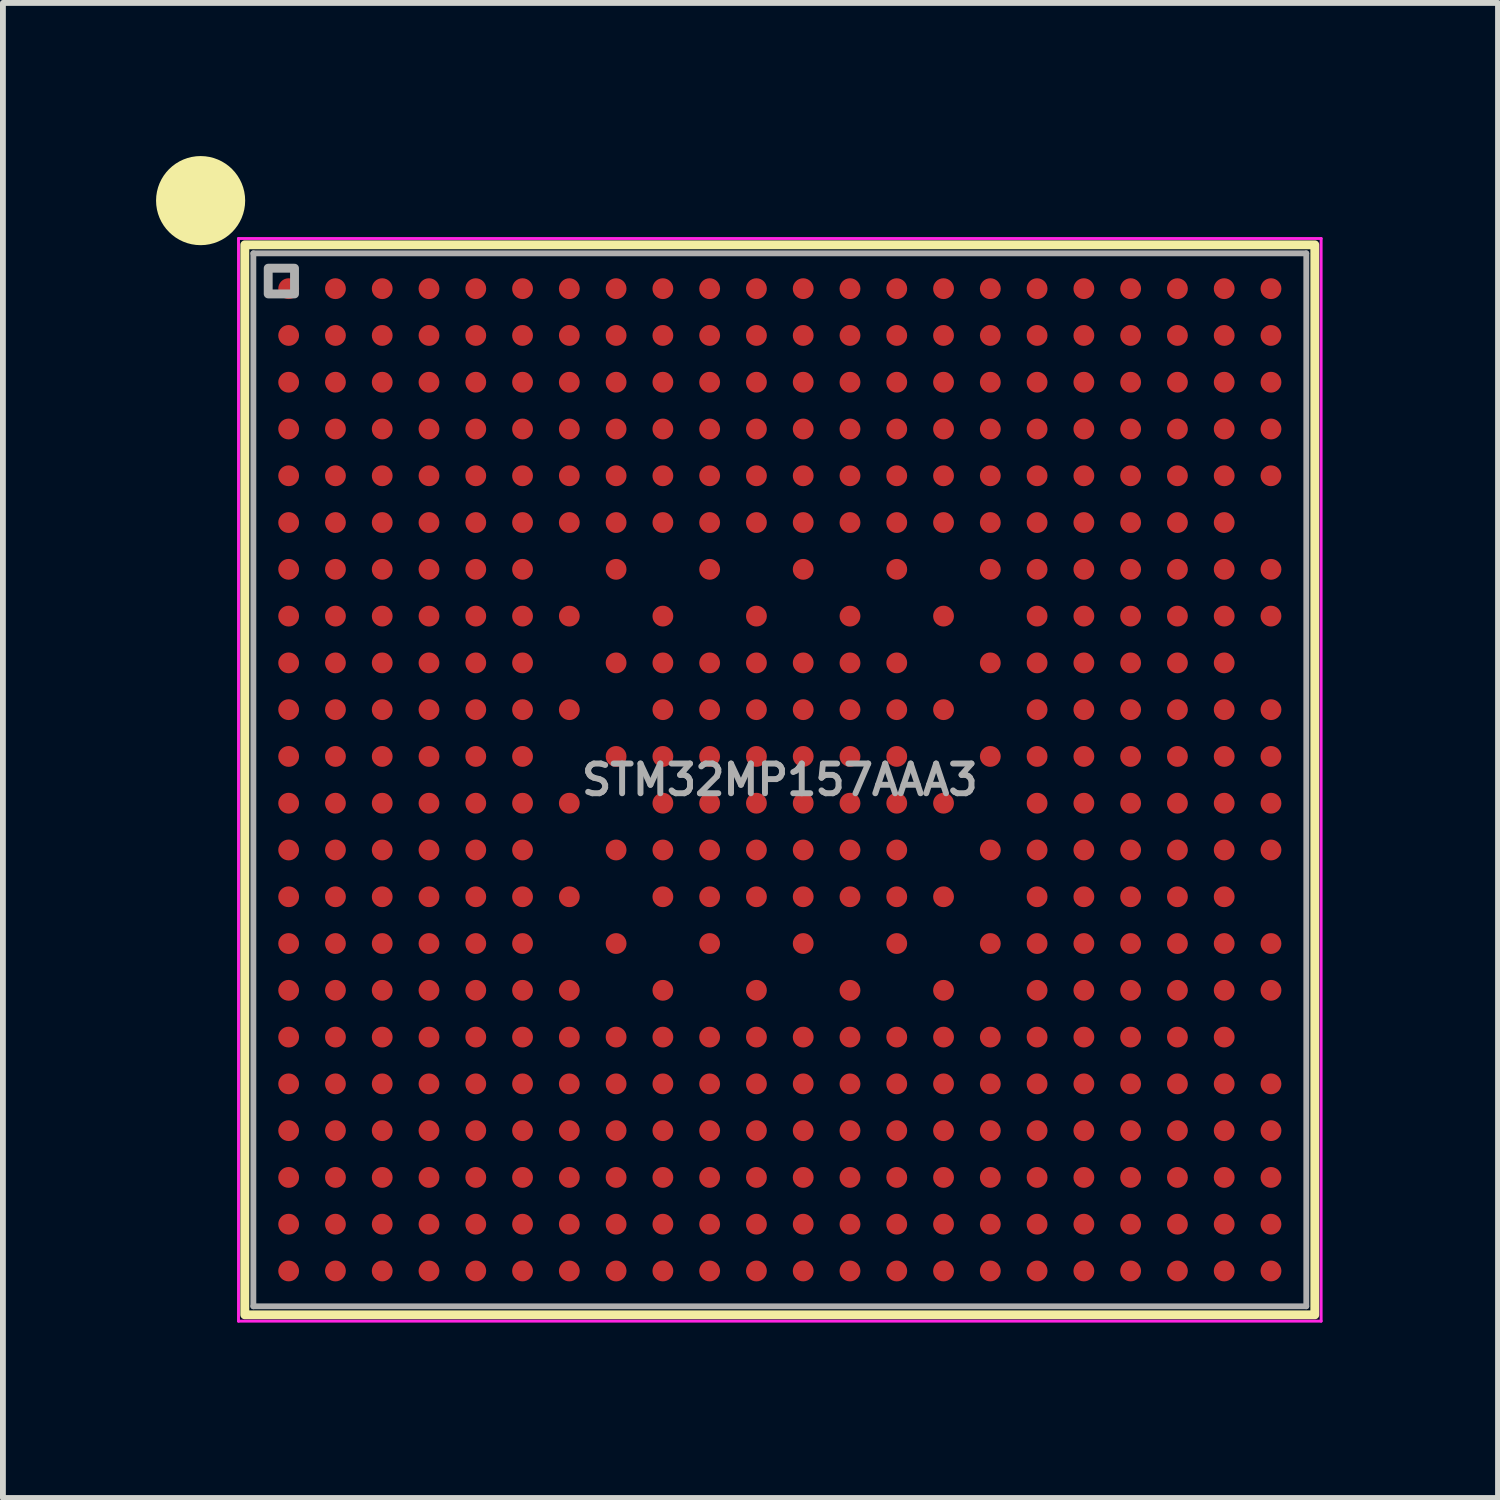
<source format=kicad_pcb>
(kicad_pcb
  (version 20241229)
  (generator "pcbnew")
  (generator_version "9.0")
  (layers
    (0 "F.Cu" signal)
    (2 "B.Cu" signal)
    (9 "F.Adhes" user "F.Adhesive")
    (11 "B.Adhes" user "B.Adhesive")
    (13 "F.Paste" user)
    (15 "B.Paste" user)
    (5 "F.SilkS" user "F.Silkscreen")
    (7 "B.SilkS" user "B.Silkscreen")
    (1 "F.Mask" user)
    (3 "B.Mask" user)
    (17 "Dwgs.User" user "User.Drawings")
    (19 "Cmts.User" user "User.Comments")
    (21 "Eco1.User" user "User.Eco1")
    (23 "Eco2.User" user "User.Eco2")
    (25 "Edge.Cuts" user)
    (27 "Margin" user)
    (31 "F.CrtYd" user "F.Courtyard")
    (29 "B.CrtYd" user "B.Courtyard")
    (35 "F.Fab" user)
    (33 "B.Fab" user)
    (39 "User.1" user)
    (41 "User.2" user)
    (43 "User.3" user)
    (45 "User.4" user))
  (footprint "STM32MP157AAA3"
    (layer "F.Cu")
    (at 10.287 10.287)
    (property "Reference" "STM32MP157AAA3" (at 0 0 0) (layer "F.Fab") (effects (font (size 0.508 0.508) (thickness 0.102))))
    (attr smd)
    (fp_rect (start -9.15 -9.15) (end 9.15 9.15) (stroke (width 0.152) (type solid)) (fill no) (layer "F.SilkS"))
    (fp_circle (center -9.906 -9.906) (end -9.906 -9.906) (stroke (width 0.762) (type solid)) (fill no) (layer "F.SilkS"))
    (fp_line (start -9.258 -9.258) (end 9.258 -9.258) (stroke (width 0.05) (type solid)) (layer "F.CrtYd"))
    (fp_line (start -9.258 9.258) (end -9.258 -9.258) (stroke (width 0.05) (type solid)) (layer "F.CrtYd"))
    (fp_line (start 9.258 -9.258) (end 9.258 9.258) (stroke (width 0.05) (type solid)) (layer "F.CrtYd"))
    (fp_line (start 9.258 9.258) (end -9.258 9.258) (stroke (width 0.05) (type solid)) (layer "F.CrtYd"))
    (fp_line (start -9.004 -9.004) (end -9.004 9.004) (stroke (width 0.1) (type solid)) (layer "F.Fab"))
    (fp_line (start -9.004 9.004) (end 9.004 9.004) (stroke (width 0.1) (type solid)) (layer "F.Fab"))
    (fp_line (start 9.004 -9.004) (end -9.004 -9.004) (stroke (width 0.1) (type solid)) (layer "F.Fab"))
    (fp_line (start 9.004 9.004) (end 9.004 -9.004) (stroke (width 0.1) (type solid)) (layer "F.Fab"))
    (fp_rect (start -8.75 -8.31) (end -8.3 -8.75) (stroke (width 0.152) (type solid)) (fill no) (layer "F.Fab"))
    (pad "A1" smd circle (at -8.4 -8.4) (size 0.356 0.356) (layers "F.Cu" "F.Mask" "F.Paste"))
    (pad "A2" smd circle (at -7.6 -8.4) (size 0.356 0.356) (layers "F.Cu" "F.Mask" "F.Paste"))
    (pad "A3" smd circle (at -6.8 -8.4) (size 0.356 0.356) (layers "F.Cu" "F.Mask" "F.Paste"))
    (pad "A4" smd circle (at -6 -8.4) (size 0.356 0.356) (layers "F.Cu" "F.Mask" "F.Paste"))
    (pad "A5" smd circle (at -5.2 -8.4) (size 0.356 0.356) (layers "F.Cu" "F.Mask" "F.Paste"))
    (pad "A6" smd circle (at -4.4 -8.4) (size 0.356 0.356) (layers "F.Cu" "F.Mask" "F.Paste"))
    (pad "A7" smd circle (at -3.6 -8.4) (size 0.356 0.356) (layers "F.Cu" "F.Mask" "F.Paste"))
    (pad "A8" smd circle (at -2.8 -8.4) (size 0.356 0.356) (layers "F.Cu" "F.Mask" "F.Paste"))
    (pad "A9" smd circle (at -2 -8.4) (size 0.356 0.356) (layers "F.Cu" "F.Mask" "F.Paste"))
    (pad "A10" smd circle (at -1.2 -8.4) (size 0.356 0.356) (layers "F.Cu" "F.Mask" "F.Paste"))
    (pad "A11" smd circle (at -0.4 -8.4) (size 0.356 0.356) (layers "F.Cu" "F.Mask" "F.Paste"))
    (pad "A12" smd circle (at 0.4 -8.4) (size 0.356 0.356) (layers "F.Cu" "F.Mask" "F.Paste"))
    (pad "A13" smd circle (at 1.2 -8.4) (size 0.356 0.356) (layers "F.Cu" "F.Mask" "F.Paste"))
    (pad "A14" smd circle (at 2 -8.4) (size 0.356 0.356) (layers "F.Cu" "F.Mask" "F.Paste"))
    (pad "A15" smd circle (at 2.8 -8.4) (size 0.356 0.356) (layers "F.Cu" "F.Mask" "F.Paste"))
    (pad "A16" smd circle (at 3.6 -8.4) (size 0.356 0.356) (layers "F.Cu" "F.Mask" "F.Paste"))
    (pad "A17" smd circle (at 4.4 -8.4) (size 0.356 0.356) (layers "F.Cu" "F.Mask" "F.Paste"))
    (pad "A18" smd circle (at 5.2 -8.4) (size 0.356 0.356) (layers "F.Cu" "F.Mask" "F.Paste"))
    (pad "A19" smd circle (at 6 -8.4) (size 0.356 0.356) (layers "F.Cu" "F.Mask" "F.Paste"))
    (pad "A20" smd circle (at 6.8 -8.4) (size 0.356 0.356) (layers "F.Cu" "F.Mask" "F.Paste"))
    (pad "A21" smd circle (at 7.6 -8.4) (size 0.356 0.356) (layers "F.Cu" "F.Mask" "F.Paste"))
    (pad "A22" smd circle (at 8.4 -8.4) (size 0.356 0.356) (layers "F.Cu" "F.Mask" "F.Paste"))
    (pad "AA1" smd circle (at -8.4 7.6) (size 0.356 0.356) (layers "F.Cu" "F.Mask" "F.Paste"))
    (pad "AA2" smd circle (at -7.6 7.6) (size 0.356 0.356) (layers "F.Cu" "F.Mask" "F.Paste"))
    (pad "AA3" smd circle (at -6.8 7.6) (size 0.356 0.356) (layers "F.Cu" "F.Mask" "F.Paste"))
    (pad "AA4" smd circle (at -6 7.6) (size 0.356 0.356) (layers "F.Cu" "F.Mask" "F.Paste"))
    (pad "AA5" smd circle (at -5.2 7.6) (size 0.356 0.356) (layers "F.Cu" "F.Mask" "F.Paste"))
    (pad "AA6" smd circle (at -4.4 7.6) (size 0.356 0.356) (layers "F.Cu" "F.Mask" "F.Paste"))
    (pad "AA7" smd circle (at -3.6 7.6) (size 0.356 0.356) (layers "F.Cu" "F.Mask" "F.Paste"))
    (pad "AA8" smd circle (at -2.8 7.6) (size 0.356 0.356) (layers "F.Cu" "F.Mask" "F.Paste"))
    (pad "AA9" smd circle (at -2 7.6) (size 0.356 0.356) (layers "F.Cu" "F.Mask" "F.Paste"))
    (pad "AA10" smd circle (at -1.2 7.6) (size 0.356 0.356) (layers "F.Cu" "F.Mask" "F.Paste"))
    (pad "AA11" smd circle (at -0.4 7.6) (size 0.356 0.356) (layers "F.Cu" "F.Mask" "F.Paste"))
    (pad "AA12" smd circle (at 0.4 7.6) (size 0.356 0.356) (layers "F.Cu" "F.Mask" "F.Paste"))
    (pad "AA13" smd circle (at 1.2 7.6) (size 0.356 0.356) (layers "F.Cu" "F.Mask" "F.Paste"))
    (pad "AA14" smd circle (at 2 7.6) (size 0.356 0.356) (layers "F.Cu" "F.Mask" "F.Paste"))
    (pad "AA15" smd circle (at 2.8 7.6) (size 0.356 0.356) (layers "F.Cu" "F.Mask" "F.Paste"))
    (pad "AA16" smd circle (at 3.6 7.6) (size 0.356 0.356) (layers "F.Cu" "F.Mask" "F.Paste"))
    (pad "AA17" smd circle (at 4.4 7.6) (size 0.356 0.356) (layers "F.Cu" "F.Mask" "F.Paste"))
    (pad "AA18" smd circle (at 5.2 7.6) (size 0.356 0.356) (layers "F.Cu" "F.Mask" "F.Paste"))
    (pad "AA19" smd circle (at 6 7.6) (size 0.356 0.356) (layers "F.Cu" "F.Mask" "F.Paste"))
    (pad "AA20" smd circle (at 6.8 7.6) (size 0.356 0.356) (layers "F.Cu" "F.Mask" "F.Paste"))
    (pad "AA21" smd circle (at 7.6 7.6) (size 0.356 0.356) (layers "F.Cu" "F.Mask" "F.Paste"))
    (pad "AA22" smd circle (at 8.4 7.6) (size 0.356 0.356) (layers "F.Cu" "F.Mask" "F.Paste"))
    (pad "AB1" smd circle (at -8.4 8.4) (size 0.356 0.356) (layers "F.Cu" "F.Mask" "F.Paste"))
    (pad "AB2" smd circle (at -7.6 8.4) (size 0.356 0.356) (layers "F.Cu" "F.Mask" "F.Paste"))
    (pad "AB3" smd circle (at -6.8 8.4) (size 0.356 0.356) (layers "F.Cu" "F.Mask" "F.Paste"))
    (pad "AB4" smd circle (at -6 8.4) (size 0.356 0.356) (layers "F.Cu" "F.Mask" "F.Paste"))
    (pad "AB5" smd circle (at -5.2 8.4) (size 0.356 0.356) (layers "F.Cu" "F.Mask" "F.Paste"))
    (pad "AB6" smd circle (at -4.4 8.4) (size 0.356 0.356) (layers "F.Cu" "F.Mask" "F.Paste"))
    (pad "AB7" smd circle (at -3.6 8.4) (size 0.356 0.356) (layers "F.Cu" "F.Mask" "F.Paste"))
    (pad "AB8" smd circle (at -2.8 8.4) (size 0.356 0.356) (layers "F.Cu" "F.Mask" "F.Paste"))
    (pad "AB9" smd circle (at -2 8.4) (size 0.356 0.356) (layers "F.Cu" "F.Mask" "F.Paste"))
    (pad "AB10" smd circle (at -1.2 8.4) (size 0.356 0.356) (layers "F.Cu" "F.Mask" "F.Paste"))
    (pad "AB11" smd circle (at -0.4 8.4) (size 0.356 0.356) (layers "F.Cu" "F.Mask" "F.Paste"))
    (pad "AB12" smd circle (at 0.4 8.4) (size 0.356 0.356) (layers "F.Cu" "F.Mask" "F.Paste"))
    (pad "AB13" smd circle (at 1.2 8.4) (size 0.356 0.356) (layers "F.Cu" "F.Mask" "F.Paste"))
    (pad "AB14" smd circle (at 2 8.4) (size 0.356 0.356) (layers "F.Cu" "F.Mask" "F.Paste"))
    (pad "AB15" smd circle (at 2.8 8.4) (size 0.356 0.356) (layers "F.Cu" "F.Mask" "F.Paste"))
    (pad "AB16" smd circle (at 3.6 8.4) (size 0.356 0.356) (layers "F.Cu" "F.Mask" "F.Paste"))
    (pad "AB17" smd circle (at 4.4 8.4) (size 0.356 0.356) (layers "F.Cu" "F.Mask" "F.Paste"))
    (pad "AB18" smd circle (at 5.2 8.4) (size 0.356 0.356) (layers "F.Cu" "F.Mask" "F.Paste"))
    (pad "AB19" smd circle (at 6 8.4) (size 0.356 0.356) (layers "F.Cu" "F.Mask" "F.Paste"))
    (pad "AB20" smd circle (at 6.8 8.4) (size 0.356 0.356) (layers "F.Cu" "F.Mask" "F.Paste"))
    (pad "AB21" smd circle (at 7.6 8.4) (size 0.356 0.356) (layers "F.Cu" "F.Mask" "F.Paste"))
    (pad "AB22" smd circle (at 8.4 8.4) (size 0.356 0.356) (layers "F.Cu" "F.Mask" "F.Paste"))
    (pad "B1" smd circle (at -8.4 -7.6) (size 0.356 0.356) (layers "F.Cu" "F.Mask" "F.Paste"))
    (pad "B2" smd circle (at -7.6 -7.6) (size 0.356 0.356) (layers "F.Cu" "F.Mask" "F.Paste"))
    (pad "B3" smd circle (at -6.8 -7.6) (size 0.356 0.356) (layers "F.Cu" "F.Mask" "F.Paste"))
    (pad "B4" smd circle (at -6 -7.6) (size 0.356 0.356) (layers "F.Cu" "F.Mask" "F.Paste"))
    (pad "B5" smd circle (at -5.2 -7.6) (size 0.356 0.356) (layers "F.Cu" "F.Mask" "F.Paste"))
    (pad "B6" smd circle (at -4.4 -7.6) (size 0.356 0.356) (layers "F.Cu" "F.Mask" "F.Paste"))
    (pad "B7" smd circle (at -3.6 -7.6) (size 0.356 0.356) (layers "F.Cu" "F.Mask" "F.Paste"))
    (pad "B8" smd circle (at -2.8 -7.6) (size 0.356 0.356) (layers "F.Cu" "F.Mask" "F.Paste"))
    (pad "B9" smd circle (at -2 -7.6) (size 0.356 0.356) (layers "F.Cu" "F.Mask" "F.Paste"))
    (pad "B10" smd circle (at -1.2 -7.6) (size 0.356 0.356) (layers "F.Cu" "F.Mask" "F.Paste"))
    (pad "B11" smd circle (at -0.4 -7.6) (size 0.356 0.356) (layers "F.Cu" "F.Mask" "F.Paste"))
    (pad "B12" smd circle (at 0.4 -7.6) (size 0.356 0.356) (layers "F.Cu" "F.Mask" "F.Paste"))
    (pad "B13" smd circle (at 1.2 -7.6) (size 0.356 0.356) (layers "F.Cu" "F.Mask" "F.Paste"))
    (pad "B14" smd circle (at 2 -7.6) (size 0.356 0.356) (layers "F.Cu" "F.Mask" "F.Paste"))
    (pad "B15" smd circle (at 2.8 -7.6) (size 0.356 0.356) (layers "F.Cu" "F.Mask" "F.Paste"))
    (pad "B16" smd circle (at 3.6 -7.6) (size 0.356 0.356) (layers "F.Cu" "F.Mask" "F.Paste"))
    (pad "B17" smd circle (at 4.4 -7.6) (size 0.356 0.356) (layers "F.Cu" "F.Mask" "F.Paste"))
    (pad "B18" smd circle (at 5.2 -7.6) (size 0.356 0.356) (layers "F.Cu" "F.Mask" "F.Paste"))
    (pad "B19" smd circle (at 6 -7.6) (size 0.356 0.356) (layers "F.Cu" "F.Mask" "F.Paste"))
    (pad "B20" smd circle (at 6.8 -7.6) (size 0.356 0.356) (layers "F.Cu" "F.Mask" "F.Paste"))
    (pad "B21" smd circle (at 7.6 -7.6) (size 0.356 0.356) (layers "F.Cu" "F.Mask" "F.Paste"))
    (pad "B22" smd circle (at 8.4 -7.6) (size 0.356 0.356) (layers "F.Cu" "F.Mask" "F.Paste"))
    (pad "C1" smd circle (at -8.4 -6.8) (size 0.356 0.356) (layers "F.Cu" "F.Mask" "F.Paste"))
    (pad "C2" smd circle (at -7.6 -6.8) (size 0.356 0.356) (layers "F.Cu" "F.Mask" "F.Paste"))
    (pad "C3" smd circle (at -6.8 -6.8) (size 0.356 0.356) (layers "F.Cu" "F.Mask" "F.Paste"))
    (pad "C4" smd circle (at -6 -6.8) (size 0.356 0.356) (layers "F.Cu" "F.Mask" "F.Paste"))
    (pad "C5" smd circle (at -5.2 -6.8) (size 0.356 0.356) (layers "F.Cu" "F.Mask" "F.Paste"))
    (pad "C6" smd circle (at -4.4 -6.8) (size 0.356 0.356) (layers "F.Cu" "F.Mask" "F.Paste"))
    (pad "C7" smd circle (at -3.6 -6.8) (size 0.356 0.356) (layers "F.Cu" "F.Mask" "F.Paste"))
    (pad "C8" smd circle (at -2.8 -6.8) (size 0.356 0.356) (layers "F.Cu" "F.Mask" "F.Paste"))
    (pad "C9" smd circle (at -2 -6.8) (size 0.356 0.356) (layers "F.Cu" "F.Mask" "F.Paste"))
    (pad "C10" smd circle (at -1.2 -6.8) (size 0.356 0.356) (layers "F.Cu" "F.Mask" "F.Paste"))
    (pad "C11" smd circle (at -0.4 -6.8) (size 0.356 0.356) (layers "F.Cu" "F.Mask" "F.Paste"))
    (pad "C12" smd circle (at 0.4 -6.8) (size 0.356 0.356) (layers "F.Cu" "F.Mask" "F.Paste"))
    (pad "C13" smd circle (at 1.2 -6.8) (size 0.356 0.356) (layers "F.Cu" "F.Mask" "F.Paste"))
    (pad "C14" smd circle (at 2 -6.8) (size 0.356 0.356) (layers "F.Cu" "F.Mask" "F.Paste"))
    (pad "C15" smd circle (at 2.8 -6.8) (size 0.356 0.356) (layers "F.Cu" "F.Mask" "F.Paste"))
    (pad "C16" smd circle (at 3.6 -6.8) (size 0.356 0.356) (layers "F.Cu" "F.Mask" "F.Paste"))
    (pad "C17" smd circle (at 4.4 -6.8) (size 0.356 0.356) (layers "F.Cu" "F.Mask" "F.Paste"))
    (pad "C18" smd circle (at 5.2 -6.8) (size 0.356 0.356) (layers "F.Cu" "F.Mask" "F.Paste"))
    (pad "C19" smd circle (at 6 -6.8) (size 0.356 0.356) (layers "F.Cu" "F.Mask" "F.Paste"))
    (pad "C20" smd circle (at 6.8 -6.8) (size 0.356 0.356) (layers "F.Cu" "F.Mask" "F.Paste"))
    (pad "C21" smd circle (at 7.6 -6.8) (size 0.356 0.356) (layers "F.Cu" "F.Mask" "F.Paste"))
    (pad "C22" smd circle (at 8.4 -6.8) (size 0.356 0.356) (layers "F.Cu" "F.Mask" "F.Paste"))
    (pad "D1" smd circle (at -8.4 -6) (size 0.356 0.356) (layers "F.Cu" "F.Mask" "F.Paste"))
    (pad "D2" smd circle (at -7.6 -6) (size 0.356 0.356) (layers "F.Cu" "F.Mask" "F.Paste"))
    (pad "D3" smd circle (at -6.8 -6) (size 0.356 0.356) (layers "F.Cu" "F.Mask" "F.Paste"))
    (pad "D4" smd circle (at -6 -6) (size 0.356 0.356) (layers "F.Cu" "F.Mask" "F.Paste"))
    (pad "D5" smd circle (at -5.2 -6) (size 0.356 0.356) (layers "F.Cu" "F.Mask" "F.Paste"))
    (pad "D6" smd circle (at -4.4 -6) (size 0.356 0.356) (layers "F.Cu" "F.Mask" "F.Paste"))
    (pad "D7" smd circle (at -3.6 -6) (size 0.356 0.356) (layers "F.Cu" "F.Mask" "F.Paste"))
    (pad "D8" smd circle (at -2.8 -6) (size 0.356 0.356) (layers "F.Cu" "F.Mask" "F.Paste"))
    (pad "D9" smd circle (at -2 -6) (size 0.356 0.356) (layers "F.Cu" "F.Mask" "F.Paste"))
    (pad "D10" smd circle (at -1.2 -6) (size 0.356 0.356) (layers "F.Cu" "F.Mask" "F.Paste"))
    (pad "D11" smd circle (at -0.4 -6) (size 0.356 0.356) (layers "F.Cu" "F.Mask" "F.Paste"))
    (pad "D12" smd circle (at 0.4 -6) (size 0.356 0.356) (layers "F.Cu" "F.Mask" "F.Paste"))
    (pad "D13" smd circle (at 1.2 -6) (size 0.356 0.356) (layers "F.Cu" "F.Mask" "F.Paste"))
    (pad "D14" smd circle (at 2 -6) (size 0.356 0.356) (layers "F.Cu" "F.Mask" "F.Paste"))
    (pad "D15" smd circle (at 2.8 -6) (size 0.356 0.356) (layers "F.Cu" "F.Mask" "F.Paste"))
    (pad "D16" smd circle (at 3.6 -6) (size 0.356 0.356) (layers "F.Cu" "F.Mask" "F.Paste"))
    (pad "D17" smd circle (at 4.4 -6) (size 0.356 0.356) (layers "F.Cu" "F.Mask" "F.Paste"))
    (pad "D18" smd circle (at 5.2 -6) (size 0.356 0.356) (layers "F.Cu" "F.Mask" "F.Paste"))
    (pad "D19" smd circle (at 6 -6) (size 0.356 0.356) (layers "F.Cu" "F.Mask" "F.Paste"))
    (pad "D20" smd circle (at 6.8 -6) (size 0.356 0.356) (layers "F.Cu" "F.Mask" "F.Paste"))
    (pad "D21" smd circle (at 7.6 -6) (size 0.356 0.356) (layers "F.Cu" "F.Mask" "F.Paste"))
    (pad "D22" smd circle (at 8.4 -6) (size 0.356 0.356) (layers "F.Cu" "F.Mask" "F.Paste"))
    (pad "E1" smd circle (at -8.4 -5.2) (size 0.356 0.356) (layers "F.Cu" "F.Mask" "F.Paste"))
    (pad "E2" smd circle (at -7.6 -5.2) (size 0.356 0.356) (layers "F.Cu" "F.Mask" "F.Paste"))
    (pad "E3" smd circle (at -6.8 -5.2) (size 0.356 0.356) (layers "F.Cu" "F.Mask" "F.Paste"))
    (pad "E4" smd circle (at -6 -5.2) (size 0.356 0.356) (layers "F.Cu" "F.Mask" "F.Paste"))
    (pad "E5" smd circle (at -5.2 -5.2) (size 0.356 0.356) (layers "F.Cu" "F.Mask" "F.Paste"))
    (pad "E6" smd circle (at -4.4 -5.2) (size 0.356 0.356) (layers "F.Cu" "F.Mask" "F.Paste"))
    (pad "E7" smd circle (at -3.6 -5.2) (size 0.356 0.356) (layers "F.Cu" "F.Mask" "F.Paste"))
    (pad "E8" smd circle (at -2.8 -5.2) (size 0.356 0.356) (layers "F.Cu" "F.Mask" "F.Paste"))
    (pad "E9" smd circle (at -2 -5.2) (size 0.356 0.356) (layers "F.Cu" "F.Mask" "F.Paste"))
    (pad "E10" smd circle (at -1.2 -5.2) (size 0.356 0.356) (layers "F.Cu" "F.Mask" "F.Paste"))
    (pad "E11" smd circle (at -0.4 -5.2) (size 0.356 0.356) (layers "F.Cu" "F.Mask" "F.Paste"))
    (pad "E12" smd circle (at 0.4 -5.2) (size 0.356 0.356) (layers "F.Cu" "F.Mask" "F.Paste"))
    (pad "E13" smd circle (at 1.2 -5.2) (size 0.356 0.356) (layers "F.Cu" "F.Mask" "F.Paste"))
    (pad "E14" smd circle (at 2 -5.2) (size 0.356 0.356) (layers "F.Cu" "F.Mask" "F.Paste"))
    (pad "E15" smd circle (at 2.8 -5.2) (size 0.356 0.356) (layers "F.Cu" "F.Mask" "F.Paste"))
    (pad "E16" smd circle (at 3.6 -5.2) (size 0.356 0.356) (layers "F.Cu" "F.Mask" "F.Paste"))
    (pad "E17" smd circle (at 4.4 -5.2) (size 0.356 0.356) (layers "F.Cu" "F.Mask" "F.Paste"))
    (pad "E18" smd circle (at 5.2 -5.2) (size 0.356 0.356) (layers "F.Cu" "F.Mask" "F.Paste"))
    (pad "E19" smd circle (at 6 -5.2) (size 0.356 0.356) (layers "F.Cu" "F.Mask" "F.Paste"))
    (pad "E20" smd circle (at 6.8 -5.2) (size 0.356 0.356) (layers "F.Cu" "F.Mask" "F.Paste"))
    (pad "E21" smd circle (at 7.6 -5.2) (size 0.356 0.356) (layers "F.Cu" "F.Mask" "F.Paste"))
    (pad "E22" smd circle (at 8.4 -5.2) (size 0.356 0.356) (layers "F.Cu" "F.Mask" "F.Paste"))
    (pad "F1" smd circle (at -8.4 -4.4) (size 0.356 0.356) (layers "F.Cu" "F.Mask" "F.Paste"))
    (pad "F2" smd circle (at -7.6 -4.4) (size 0.356 0.356) (layers "F.Cu" "F.Mask" "F.Paste"))
    (pad "F3" smd circle (at -6.8 -4.4) (size 0.356 0.356) (layers "F.Cu" "F.Mask" "F.Paste"))
    (pad "F4" smd circle (at -6 -4.4) (size 0.356 0.356) (layers "F.Cu" "F.Mask" "F.Paste"))
    (pad "F5" smd circle (at -5.2 -4.4) (size 0.356 0.356) (layers "F.Cu" "F.Mask" "F.Paste"))
    (pad "F6" smd circle (at -4.4 -4.4) (size 0.356 0.356) (layers "F.Cu" "F.Mask" "F.Paste"))
    (pad "F7" smd circle (at -3.6 -4.4) (size 0.356 0.356) (layers "F.Cu" "F.Mask" "F.Paste"))
    (pad "F8" smd circle (at -2.8 -4.4) (size 0.356 0.356) (layers "F.Cu" "F.Mask" "F.Paste"))
    (pad "F9" smd circle (at -2 -4.4) (size 0.356 0.356) (layers "F.Cu" "F.Mask" "F.Paste"))
    (pad "F10" smd circle (at -1.2 -4.4) (size 0.356 0.356) (layers "F.Cu" "F.Mask" "F.Paste"))
    (pad "F11" smd circle (at -0.4 -4.4) (size 0.356 0.356) (layers "F.Cu" "F.Mask" "F.Paste"))
    (pad "F12" smd circle (at 0.4 -4.4) (size 0.356 0.356) (layers "F.Cu" "F.Mask" "F.Paste"))
    (pad "F13" smd circle (at 1.2 -4.4) (size 0.356 0.356) (layers "F.Cu" "F.Mask" "F.Paste"))
    (pad "F14" smd circle (at 2 -4.4) (size 0.356 0.356) (layers "F.Cu" "F.Mask" "F.Paste"))
    (pad "F15" smd circle (at 2.8 -4.4) (size 0.356 0.356) (layers "F.Cu" "F.Mask" "F.Paste"))
    (pad "F16" smd circle (at 3.6 -4.4) (size 0.356 0.356) (layers "F.Cu" "F.Mask" "F.Paste"))
    (pad "F17" smd circle (at 4.4 -4.4) (size 0.356 0.356) (layers "F.Cu" "F.Mask" "F.Paste"))
    (pad "F18" smd circle (at 5.2 -4.4) (size 0.356 0.356) (layers "F.Cu" "F.Mask" "F.Paste"))
    (pad "F19" smd circle (at 6 -4.4) (size 0.356 0.356) (layers "F.Cu" "F.Mask" "F.Paste"))
    (pad "F20" smd circle (at 6.8 -4.4) (size 0.356 0.356) (layers "F.Cu" "F.Mask" "F.Paste"))
    (pad "F21" smd circle (at 7.6 -4.4) (size 0.356 0.356) (layers "F.Cu" "F.Mask" "F.Paste"))
    (pad "G1" smd circle (at -8.4 -3.6) (size 0.356 0.356) (layers "F.Cu" "F.Mask" "F.Paste"))
    (pad "G2" smd circle (at -7.6 -3.6) (size 0.356 0.356) (layers "F.Cu" "F.Mask" "F.Paste"))
    (pad "G3" smd circle (at -6.8 -3.6) (size 0.356 0.356) (layers "F.Cu" "F.Mask" "F.Paste"))
    (pad "G4" smd circle (at -6 -3.6) (size 0.356 0.356) (layers "F.Cu" "F.Mask" "F.Paste"))
    (pad "G5" smd circle (at -5.2 -3.6) (size 0.356 0.356) (layers "F.Cu" "F.Mask" "F.Paste"))
    (pad "G6" smd circle (at -4.4 -3.6) (size 0.356 0.356) (layers "F.Cu" "F.Mask" "F.Paste"))
    (pad "G8" smd circle (at -2.8 -3.6) (size 0.356 0.356) (layers "F.Cu" "F.Mask" "F.Paste"))
    (pad "G10" smd circle (at -1.2 -3.6) (size 0.356 0.356) (layers "F.Cu" "F.Mask" "F.Paste"))
    (pad "G12" smd circle (at 0.4 -3.6) (size 0.356 0.356) (layers "F.Cu" "F.Mask" "F.Paste"))
    (pad "G14" smd circle (at 2 -3.6) (size 0.356 0.356) (layers "F.Cu" "F.Mask" "F.Paste"))
    (pad "G16" smd circle (at 3.6 -3.6) (size 0.356 0.356) (layers "F.Cu" "F.Mask" "F.Paste"))
    (pad "G17" smd circle (at 4.4 -3.6) (size 0.356 0.356) (layers "F.Cu" "F.Mask" "F.Paste"))
    (pad "G18" smd circle (at 5.2 -3.6) (size 0.356 0.356) (layers "F.Cu" "F.Mask" "F.Paste"))
    (pad "G19" smd circle (at 6 -3.6) (size 0.356 0.356) (layers "F.Cu" "F.Mask" "F.Paste"))
    (pad "G20" smd circle (at 6.8 -3.6) (size 0.356 0.356) (layers "F.Cu" "F.Mask" "F.Paste"))
    (pad "G21" smd circle (at 7.6 -3.6) (size 0.356 0.356) (layers "F.Cu" "F.Mask" "F.Paste"))
    (pad "G22" smd circle (at 8.4 -3.6) (size 0.356 0.356) (layers "F.Cu" "F.Mask" "F.Paste"))
    (pad "H1" smd circle (at -8.4 -2.8) (size 0.356 0.356) (layers "F.Cu" "F.Mask" "F.Paste"))
    (pad "H2" smd circle (at -7.6 -2.8) (size 0.356 0.356) (layers "F.Cu" "F.Mask" "F.Paste"))
    (pad "H3" smd circle (at -6.8 -2.8) (size 0.356 0.356) (layers "F.Cu" "F.Mask" "F.Paste"))
    (pad "H4" smd circle (at -6 -2.8) (size 0.356 0.356) (layers "F.Cu" "F.Mask" "F.Paste"))
    (pad "H5" smd circle (at -5.2 -2.8) (size 0.356 0.356) (layers "F.Cu" "F.Mask" "F.Paste"))
    (pad "H6" smd circle (at -4.4 -2.8) (size 0.356 0.356) (layers "F.Cu" "F.Mask" "F.Paste"))
    (pad "H7" smd circle (at -3.6 -2.8) (size 0.356 0.356) (layers "F.Cu" "F.Mask" "F.Paste"))
    (pad "H9" smd circle (at -2 -2.8) (size 0.356 0.356) (layers "F.Cu" "F.Mask" "F.Paste"))
    (pad "H11" smd circle (at -0.4 -2.8) (size 0.356 0.356) (layers "F.Cu" "F.Mask" "F.Paste"))
    (pad "H13" smd circle (at 1.2 -2.8) (size 0.356 0.356) (layers "F.Cu" "F.Mask" "F.Paste"))
    (pad "H15" smd circle (at 2.8 -2.8) (size 0.356 0.356) (layers "F.Cu" "F.Mask" "F.Paste"))
    (pad "H17" smd circle (at 4.4 -2.8) (size 0.356 0.356) (layers "F.Cu" "F.Mask" "F.Paste"))
    (pad "H18" smd circle (at 5.2 -2.8) (size 0.356 0.356) (layers "F.Cu" "F.Mask" "F.Paste"))
    (pad "H19" smd circle (at 6 -2.8) (size 0.356 0.356) (layers "F.Cu" "F.Mask" "F.Paste"))
    (pad "H20" smd circle (at 6.8 -2.8) (size 0.356 0.356) (layers "F.Cu" "F.Mask" "F.Paste"))
    (pad "H21" smd circle (at 7.6 -2.8) (size 0.356 0.356) (layers "F.Cu" "F.Mask" "F.Paste"))
    (pad "H22" smd circle (at 8.4 -2.8) (size 0.356 0.356) (layers "F.Cu" "F.Mask" "F.Paste"))
    (pad "J1" smd circle (at -8.4 -2) (size 0.356 0.356) (layers "F.Cu" "F.Mask" "F.Paste"))
    (pad "J2" smd circle (at -7.6 -2) (size 0.356 0.356) (layers "F.Cu" "F.Mask" "F.Paste"))
    (pad "J3" smd circle (at -6.8 -2) (size 0.356 0.356) (layers "F.Cu" "F.Mask" "F.Paste"))
    (pad "J4" smd circle (at -6 -2) (size 0.356 0.356) (layers "F.Cu" "F.Mask" "F.Paste"))
    (pad "J5" smd circle (at -5.2 -2) (size 0.356 0.356) (layers "F.Cu" "F.Mask" "F.Paste"))
    (pad "J6" smd circle (at -4.4 -2) (size 0.356 0.356) (layers "F.Cu" "F.Mask" "F.Paste"))
    (pad "J8" smd circle (at -2.8 -2) (size 0.356 0.356) (layers "F.Cu" "F.Mask" "F.Paste"))
    (pad "J9" smd circle (at -2 -2) (size 0.356 0.356) (layers "F.Cu" "F.Mask" "F.Paste"))
    (pad "J10" smd circle (at -1.2 -2) (size 0.356 0.356) (layers "F.Cu" "F.Mask" "F.Paste"))
    (pad "J11" smd circle (at -0.4 -2) (size 0.356 0.356) (layers "F.Cu" "F.Mask" "F.Paste"))
    (pad "J12" smd circle (at 0.4 -2) (size 0.356 0.356) (layers "F.Cu" "F.Mask" "F.Paste"))
    (pad "J13" smd circle (at 1.2 -2) (size 0.356 0.356) (layers "F.Cu" "F.Mask" "F.Paste"))
    (pad "J14" smd circle (at 2 -2) (size 0.356 0.356) (layers "F.Cu" "F.Mask" "F.Paste"))
    (pad "J16" smd circle (at 3.6 -2) (size 0.356 0.356) (layers "F.Cu" "F.Mask" "F.Paste"))
    (pad "J17" smd circle (at 4.4 -2) (size 0.356 0.356) (layers "F.Cu" "F.Mask" "F.Paste"))
    (pad "J18" smd circle (at 5.2 -2) (size 0.356 0.356) (layers "F.Cu" "F.Mask" "F.Paste"))
    (pad "J19" smd circle (at 6 -2) (size 0.356 0.356) (layers "F.Cu" "F.Mask" "F.Paste"))
    (pad "J20" smd circle (at 6.8 -2) (size 0.356 0.356) (layers "F.Cu" "F.Mask" "F.Paste"))
    (pad "J21" smd circle (at 7.6 -2) (size 0.356 0.356) (layers "F.Cu" "F.Mask" "F.Paste"))
    (pad "K1" smd circle (at -8.4 -1.2) (size 0.356 0.356) (layers "F.Cu" "F.Mask" "F.Paste"))
    (pad "K2" smd circle (at -7.6 -1.2) (size 0.356 0.356) (layers "F.Cu" "F.Mask" "F.Paste"))
    (pad "K3" smd circle (at -6.8 -1.2) (size 0.356 0.356) (layers "F.Cu" "F.Mask" "F.Paste"))
    (pad "K4" smd circle (at -6 -1.2) (size 0.356 0.356) (layers "F.Cu" "F.Mask" "F.Paste"))
    (pad "K5" smd circle (at -5.2 -1.2) (size 0.356 0.356) (layers "F.Cu" "F.Mask" "F.Paste"))
    (pad "K6" smd circle (at -4.4 -1.2) (size 0.356 0.356) (layers "F.Cu" "F.Mask" "F.Paste"))
    (pad "K7" smd circle (at -3.6 -1.2) (size 0.356 0.356) (layers "F.Cu" "F.Mask" "F.Paste"))
    (pad "K9" smd circle (at -2 -1.2) (size 0.356 0.356) (layers "F.Cu" "F.Mask" "F.Paste"))
    (pad "K10" smd circle (at -1.2 -1.2) (size 0.356 0.356) (layers "F.Cu" "F.Mask" "F.Paste"))
    (pad "K11" smd circle (at -0.4 -1.2) (size 0.356 0.356) (layers "F.Cu" "F.Mask" "F.Paste"))
    (pad "K12" smd circle (at 0.4 -1.2) (size 0.356 0.356) (layers "F.Cu" "F.Mask" "F.Paste"))
    (pad "K13" smd circle (at 1.2 -1.2) (size 0.356 0.356) (layers "F.Cu" "F.Mask" "F.Paste"))
    (pad "K14" smd circle (at 2 -1.2) (size 0.356 0.356) (layers "F.Cu" "F.Mask" "F.Paste"))
    (pad "K15" smd circle (at 2.8 -1.2) (size 0.356 0.356) (layers "F.Cu" "F.Mask" "F.Paste"))
    (pad "K17" smd circle (at 4.4 -1.2) (size 0.356 0.356) (layers "F.Cu" "F.Mask" "F.Paste"))
    (pad "K18" smd circle (at 5.2 -1.2) (size 0.356 0.356) (layers "F.Cu" "F.Mask" "F.Paste"))
    (pad "K19" smd circle (at 6 -1.2) (size 0.356 0.356) (layers "F.Cu" "F.Mask" "F.Paste"))
    (pad "K20" smd circle (at 6.8 -1.2) (size 0.356 0.356) (layers "F.Cu" "F.Mask" "F.Paste"))
    (pad "K21" smd circle (at 7.6 -1.2) (size 0.356 0.356) (layers "F.Cu" "F.Mask" "F.Paste"))
    (pad "K22" smd circle (at 8.4 -1.2) (size 0.356 0.356) (layers "F.Cu" "F.Mask" "F.Paste"))
    (pad "L1" smd circle (at -8.4 -0.4) (size 0.356 0.356) (layers "F.Cu" "F.Mask" "F.Paste"))
    (pad "L2" smd circle (at -7.6 -0.4) (size 0.356 0.356) (layers "F.Cu" "F.Mask" "F.Paste"))
    (pad "L3" smd circle (at -6.8 -0.4) (size 0.356 0.356) (layers "F.Cu" "F.Mask" "F.Paste"))
    (pad "L4" smd circle (at -6 -0.4) (size 0.356 0.356) (layers "F.Cu" "F.Mask" "F.Paste"))
    (pad "L5" smd circle (at -5.2 -0.4) (size 0.356 0.356) (layers "F.Cu" "F.Mask" "F.Paste"))
    (pad "L6" smd circle (at -4.4 -0.4) (size 0.356 0.356) (layers "F.Cu" "F.Mask" "F.Paste"))
    (pad "L8" smd circle (at -2.8 -0.4) (size 0.356 0.356) (layers "F.Cu" "F.Mask" "F.Paste"))
    (pad "L9" smd circle (at -2 -0.4) (size 0.356 0.356) (layers "F.Cu" "F.Mask" "F.Paste"))
    (pad "L10" smd circle (at -1.2 -0.4) (size 0.356 0.356) (layers "F.Cu" "F.Mask" "F.Paste"))
    (pad "L11" smd circle (at -0.4 -0.4) (size 0.356 0.356) (layers "F.Cu" "F.Mask" "F.Paste"))
    (pad "L12" smd circle (at 0.4 -0.4) (size 0.356 0.356) (layers "F.Cu" "F.Mask" "F.Paste"))
    (pad "L13" smd circle (at 1.2 -0.4) (size 0.356 0.356) (layers "F.Cu" "F.Mask" "F.Paste"))
    (pad "L14" smd circle (at 2 -0.4) (size 0.356 0.356) (layers "F.Cu" "F.Mask" "F.Paste"))
    (pad "L16" smd circle (at 3.6 -0.4) (size 0.356 0.356) (layers "F.Cu" "F.Mask" "F.Paste"))
    (pad "L17" smd circle (at 4.4 -0.4) (size 0.356 0.356) (layers "F.Cu" "F.Mask" "F.Paste"))
    (pad "L18" smd circle (at 5.2 -0.4) (size 0.356 0.356) (layers "F.Cu" "F.Mask" "F.Paste"))
    (pad "L19" smd circle (at 6 -0.4) (size 0.356 0.356) (layers "F.Cu" "F.Mask" "F.Paste"))
    (pad "L20" smd circle (at 6.8 -0.4) (size 0.356 0.356) (layers "F.Cu" "F.Mask" "F.Paste"))
    (pad "L21" smd circle (at 7.6 -0.4) (size 0.356 0.356) (layers "F.Cu" "F.Mask" "F.Paste"))
    (pad "L22" smd circle (at 8.4 -0.4) (size 0.356 0.356) (layers "F.Cu" "F.Mask" "F.Paste"))
    (pad "M1" smd circle (at -8.4 0.4) (size 0.356 0.356) (layers "F.Cu" "F.Mask" "F.Paste"))
    (pad "M2" smd circle (at -7.6 0.4) (size 0.356 0.356) (layers "F.Cu" "F.Mask" "F.Paste"))
    (pad "M3" smd circle (at -6.8 0.4) (size 0.356 0.356) (layers "F.Cu" "F.Mask" "F.Paste"))
    (pad "M4" smd circle (at -6 0.4) (size 0.356 0.356) (layers "F.Cu" "F.Mask" "F.Paste"))
    (pad "M5" smd circle (at -5.2 0.4) (size 0.356 0.356) (layers "F.Cu" "F.Mask" "F.Paste"))
    (pad "M6" smd circle (at -4.4 0.4) (size 0.356 0.356) (layers "F.Cu" "F.Mask" "F.Paste"))
    (pad "M7" smd circle (at -3.6 0.4) (size 0.356 0.356) (layers "F.Cu" "F.Mask" "F.Paste"))
    (pad "M9" smd circle (at -2 0.4) (size 0.356 0.356) (layers "F.Cu" "F.Mask" "F.Paste"))
    (pad "M10" smd circle (at -1.2 0.4) (size 0.356 0.356) (layers "F.Cu" "F.Mask" "F.Paste"))
    (pad "M11" smd circle (at -0.4 0.4) (size 0.356 0.356) (layers "F.Cu" "F.Mask" "F.Paste"))
    (pad "M12" smd circle (at 0.4 0.4) (size 0.356 0.356) (layers "F.Cu" "F.Mask" "F.Paste"))
    (pad "M13" smd circle (at 1.2 0.4) (size 0.356 0.356) (layers "F.Cu" "F.Mask" "F.Paste"))
    (pad "M14" smd circle (at 2 0.4) (size 0.356 0.356) (layers "F.Cu" "F.Mask" "F.Paste"))
    (pad "M15" smd circle (at 2.8 0.4) (size 0.356 0.356) (layers "F.Cu" "F.Mask" "F.Paste"))
    (pad "M17" smd circle (at 4.4 0.4) (size 0.356 0.356) (layers "F.Cu" "F.Mask" "F.Paste"))
    (pad "M18" smd circle (at 5.2 0.4) (size 0.356 0.356) (layers "F.Cu" "F.Mask" "F.Paste"))
    (pad "M19" smd circle (at 6 0.4) (size 0.356 0.356) (layers "F.Cu" "F.Mask" "F.Paste"))
    (pad "M20" smd circle (at 6.8 0.4) (size 0.356 0.356) (layers "F.Cu" "F.Mask" "F.Paste"))
    (pad "M21" smd circle (at 7.6 0.4) (size 0.356 0.356) (layers "F.Cu" "F.Mask" "F.Paste"))
    (pad "M22" smd circle (at 8.4 0.4) (size 0.356 0.356) (layers "F.Cu" "F.Mask" "F.Paste"))
    (pad "N1" smd circle (at -8.4 1.2) (size 0.356 0.356) (layers "F.Cu" "F.Mask" "F.Paste"))
    (pad "N2" smd circle (at -7.6 1.2) (size 0.356 0.356) (layers "F.Cu" "F.Mask" "F.Paste"))
    (pad "N3" smd circle (at -6.8 1.2) (size 0.356 0.356) (layers "F.Cu" "F.Mask" "F.Paste"))
    (pad "N4" smd circle (at -6 1.2) (size 0.356 0.356) (layers "F.Cu" "F.Mask" "F.Paste"))
    (pad "N5" smd circle (at -5.2 1.2) (size 0.356 0.356) (layers "F.Cu" "F.Mask" "F.Paste"))
    (pad "N6" smd circle (at -4.4 1.2) (size 0.356 0.356) (layers "F.Cu" "F.Mask" "F.Paste"))
    (pad "N8" smd circle (at -2.8 1.2) (size 0.356 0.356) (layers "F.Cu" "F.Mask" "F.Paste"))
    (pad "N9" smd circle (at -2 1.2) (size 0.356 0.356) (layers "F.Cu" "F.Mask" "F.Paste"))
    (pad "N10" smd circle (at -1.2 1.2) (size 0.356 0.356) (layers "F.Cu" "F.Mask" "F.Paste"))
    (pad "N11" smd circle (at -0.4 1.2) (size 0.356 0.356) (layers "F.Cu" "F.Mask" "F.Paste"))
    (pad "N12" smd circle (at 0.4 1.2) (size 0.356 0.356) (layers "F.Cu" "F.Mask" "F.Paste"))
    (pad "N13" smd circle (at 1.2 1.2) (size 0.356 0.356) (layers "F.Cu" "F.Mask" "F.Paste"))
    (pad "N14" smd circle (at 2 1.2) (size 0.356 0.356) (layers "F.Cu" "F.Mask" "F.Paste"))
    (pad "N16" smd circle (at 3.6 1.2) (size 0.356 0.356) (layers "F.Cu" "F.Mask" "F.Paste"))
    (pad "N17" smd circle (at 4.4 1.2) (size 0.356 0.356) (layers "F.Cu" "F.Mask" "F.Paste"))
    (pad "N18" smd circle (at 5.2 1.2) (size 0.356 0.356) (layers "F.Cu" "F.Mask" "F.Paste"))
    (pad "N19" smd circle (at 6 1.2) (size 0.356 0.356) (layers "F.Cu" "F.Mask" "F.Paste"))
    (pad "N20" smd circle (at 6.8 1.2) (size 0.356 0.356) (layers "F.Cu" "F.Mask" "F.Paste"))
    (pad "N21" smd circle (at 7.6 1.2) (size 0.356 0.356) (layers "F.Cu" "F.Mask" "F.Paste"))
    (pad "N22" smd circle (at 8.4 1.2) (size 0.356 0.356) (layers "F.Cu" "F.Mask" "F.Paste"))
    (pad "P1" smd circle (at -8.4 2) (size 0.356 0.356) (layers "F.Cu" "F.Mask" "F.Paste"))
    (pad "P2" smd circle (at -7.6 2) (size 0.356 0.356) (layers "F.Cu" "F.Mask" "F.Paste"))
    (pad "P3" smd circle (at -6.8 2) (size 0.356 0.356) (layers "F.Cu" "F.Mask" "F.Paste"))
    (pad "P4" smd circle (at -6 2) (size 0.356 0.356) (layers "F.Cu" "F.Mask" "F.Paste"))
    (pad "P5" smd circle (at -5.2 2) (size 0.356 0.356) (layers "F.Cu" "F.Mask" "F.Paste"))
    (pad "P6" smd circle (at -4.4 2) (size 0.356 0.356) (layers "F.Cu" "F.Mask" "F.Paste"))
    (pad "P7" smd circle (at -3.6 2) (size 0.356 0.356) (layers "F.Cu" "F.Mask" "F.Paste"))
    (pad "P9" smd circle (at -2 2) (size 0.356 0.356) (layers "F.Cu" "F.Mask" "F.Paste"))
    (pad "P10" smd circle (at -1.2 2) (size 0.356 0.356) (layers "F.Cu" "F.Mask" "F.Paste"))
    (pad "P11" smd circle (at -0.4 2) (size 0.356 0.356) (layers "F.Cu" "F.Mask" "F.Paste"))
    (pad "P12" smd circle (at 0.4 2) (size 0.356 0.356) (layers "F.Cu" "F.Mask" "F.Paste"))
    (pad "P13" smd circle (at 1.2 2) (size 0.356 0.356) (layers "F.Cu" "F.Mask" "F.Paste"))
    (pad "P14" smd circle (at 2 2) (size 0.356 0.356) (layers "F.Cu" "F.Mask" "F.Paste"))
    (pad "P15" smd circle (at 2.8 2) (size 0.356 0.356) (layers "F.Cu" "F.Mask" "F.Paste"))
    (pad "P17" smd circle (at 4.4 2) (size 0.356 0.356) (layers "F.Cu" "F.Mask" "F.Paste"))
    (pad "P18" smd circle (at 5.2 2) (size 0.356 0.356) (layers "F.Cu" "F.Mask" "F.Paste"))
    (pad "P19" smd circle (at 6 2) (size 0.356 0.356) (layers "F.Cu" "F.Mask" "F.Paste"))
    (pad "P20" smd circle (at 6.8 2) (size 0.356 0.356) (layers "F.Cu" "F.Mask" "F.Paste"))
    (pad "P21" smd circle (at 7.6 2) (size 0.356 0.356) (layers "F.Cu" "F.Mask" "F.Paste"))
    (pad "R1" smd circle (at -8.4 2.8) (size 0.356 0.356) (layers "F.Cu" "F.Mask" "F.Paste"))
    (pad "R2" smd circle (at -7.6 2.8) (size 0.356 0.356) (layers "F.Cu" "F.Mask" "F.Paste"))
    (pad "R3" smd circle (at -6.8 2.8) (size 0.356 0.356) (layers "F.Cu" "F.Mask" "F.Paste"))
    (pad "R4" smd circle (at -6 2.8) (size 0.356 0.356) (layers "F.Cu" "F.Mask" "F.Paste"))
    (pad "R5" smd circle (at -5.2 2.8) (size 0.356 0.356) (layers "F.Cu" "F.Mask" "F.Paste"))
    (pad "R6" smd circle (at -4.4 2.8) (size 0.356 0.356) (layers "F.Cu" "F.Mask" "F.Paste"))
    (pad "R8" smd circle (at -2.8 2.8) (size 0.356 0.356) (layers "F.Cu" "F.Mask" "F.Paste"))
    (pad "R10" smd circle (at -1.2 2.8) (size 0.356 0.356) (layers "F.Cu" "F.Mask" "F.Paste"))
    (pad "R12" smd circle (at 0.4 2.8) (size 0.356 0.356) (layers "F.Cu" "F.Mask" "F.Paste"))
    (pad "R14" smd circle (at 2 2.8) (size 0.356 0.356) (layers "F.Cu" "F.Mask" "F.Paste"))
    (pad "R16" smd circle (at 3.6 2.8) (size 0.356 0.356) (layers "F.Cu" "F.Mask" "F.Paste"))
    (pad "R17" smd circle (at 4.4 2.8) (size 0.356 0.356) (layers "F.Cu" "F.Mask" "F.Paste"))
    (pad "R18" smd circle (at 5.2 2.8) (size 0.356 0.356) (layers "F.Cu" "F.Mask" "F.Paste"))
    (pad "R19" smd circle (at 6 2.8) (size 0.356 0.356) (layers "F.Cu" "F.Mask" "F.Paste"))
    (pad "R20" smd circle (at 6.8 2.8) (size 0.356 0.356) (layers "F.Cu" "F.Mask" "F.Paste"))
    (pad "R21" smd circle (at 7.6 2.8) (size 0.356 0.356) (layers "F.Cu" "F.Mask" "F.Paste"))
    (pad "R22" smd circle (at 8.4 2.8) (size 0.356 0.356) (layers "F.Cu" "F.Mask" "F.Paste"))
    (pad "T1" smd circle (at -8.4 3.6) (size 0.356 0.356) (layers "F.Cu" "F.Mask" "F.Paste"))
    (pad "T2" smd circle (at -7.6 3.6) (size 0.356 0.356) (layers "F.Cu" "F.Mask" "F.Paste"))
    (pad "T3" smd circle (at -6.8 3.6) (size 0.356 0.356) (layers "F.Cu" "F.Mask" "F.Paste"))
    (pad "T4" smd circle (at -6 3.6) (size 0.356 0.356) (layers "F.Cu" "F.Mask" "F.Paste"))
    (pad "T5" smd circle (at -5.2 3.6) (size 0.356 0.356) (layers "F.Cu" "F.Mask" "F.Paste"))
    (pad "T6" smd circle (at -4.4 3.6) (size 0.356 0.356) (layers "F.Cu" "F.Mask" "F.Paste"))
    (pad "T7" smd circle (at -3.6 3.6) (size 0.356 0.356) (layers "F.Cu" "F.Mask" "F.Paste"))
    (pad "T9" smd circle (at -2 3.6) (size 0.356 0.356) (layers "F.Cu" "F.Mask" "F.Paste"))
    (pad "T11" smd circle (at -0.4 3.6) (size 0.356 0.356) (layers "F.Cu" "F.Mask" "F.Paste"))
    (pad "T13" smd circle (at 1.2 3.6) (size 0.356 0.356) (layers "F.Cu" "F.Mask" "F.Paste"))
    (pad "T15" smd circle (at 2.8 3.6) (size 0.356 0.356) (layers "F.Cu" "F.Mask" "F.Paste"))
    (pad "T17" smd circle (at 4.4 3.6) (size 0.356 0.356) (layers "F.Cu" "F.Mask" "F.Paste"))
    (pad "T18" smd circle (at 5.2 3.6) (size 0.356 0.356) (layers "F.Cu" "F.Mask" "F.Paste"))
    (pad "T19" smd circle (at 6 3.6) (size 0.356 0.356) (layers "F.Cu" "F.Mask" "F.Paste"))
    (pad "T20" smd circle (at 6.8 3.6) (size 0.356 0.356) (layers "F.Cu" "F.Mask" "F.Paste"))
    (pad "T21" smd circle (at 7.6 3.6) (size 0.356 0.356) (layers "F.Cu" "F.Mask" "F.Paste"))
    (pad "T22" smd circle (at 8.4 3.6) (size 0.356 0.356) (layers "F.Cu" "F.Mask" "F.Paste"))
    (pad "U1" smd circle (at -8.4 4.4) (size 0.356 0.356) (layers "F.Cu" "F.Mask" "F.Paste"))
    (pad "U2" smd circle (at -7.6 4.4) (size 0.356 0.356) (layers "F.Cu" "F.Mask" "F.Paste"))
    (pad "U3" smd circle (at -6.8 4.4) (size 0.356 0.356) (layers "F.Cu" "F.Mask" "F.Paste"))
    (pad "U4" smd circle (at -6 4.4) (size 0.356 0.356) (layers "F.Cu" "F.Mask" "F.Paste"))
    (pad "U5" smd circle (at -5.2 4.4) (size 0.356 0.356) (layers "F.Cu" "F.Mask" "F.Paste"))
    (pad "U6" smd circle (at -4.4 4.4) (size 0.356 0.356) (layers "F.Cu" "F.Mask" "F.Paste"))
    (pad "U7" smd circle (at -3.6 4.4) (size 0.356 0.356) (layers "F.Cu" "F.Mask" "F.Paste"))
    (pad "U8" smd circle (at -2.8 4.4) (size 0.356 0.356) (layers "F.Cu" "F.Mask" "F.Paste"))
    (pad "U9" smd circle (at -2 4.4) (size 0.356 0.356) (layers "F.Cu" "F.Mask" "F.Paste"))
    (pad "U10" smd circle (at -1.2 4.4) (size 0.356 0.356) (layers "F.Cu" "F.Mask" "F.Paste"))
    (pad "U11" smd circle (at -0.4 4.4) (size 0.356 0.356) (layers "F.Cu" "F.Mask" "F.Paste"))
    (pad "U12" smd circle (at 0.4 4.4) (size 0.356 0.356) (layers "F.Cu" "F.Mask" "F.Paste"))
    (pad "U13" smd circle (at 1.2 4.4) (size 0.356 0.356) (layers "F.Cu" "F.Mask" "F.Paste"))
    (pad "U14" smd circle (at 2 4.4) (size 0.356 0.356) (layers "F.Cu" "F.Mask" "F.Paste"))
    (pad "U15" smd circle (at 2.8 4.4) (size 0.356 0.356) (layers "F.Cu" "F.Mask" "F.Paste"))
    (pad "U16" smd circle (at 3.6 4.4) (size 0.356 0.356) (layers "F.Cu" "F.Mask" "F.Paste"))
    (pad "U17" smd circle (at 4.4 4.4) (size 0.356 0.356) (layers "F.Cu" "F.Mask" "F.Paste"))
    (pad "U18" smd circle (at 5.2 4.4) (size 0.356 0.356) (layers "F.Cu" "F.Mask" "F.Paste"))
    (pad "U19" smd circle (at 6 4.4) (size 0.356 0.356) (layers "F.Cu" "F.Mask" "F.Paste"))
    (pad "U20" smd circle (at 6.8 4.4) (size 0.356 0.356) (layers "F.Cu" "F.Mask" "F.Paste"))
    (pad "U21" smd circle (at 7.6 4.4) (size 0.356 0.356) (layers "F.Cu" "F.Mask" "F.Paste"))
    (pad "V1" smd circle (at -8.4 5.2) (size 0.356 0.356) (layers "F.Cu" "F.Mask" "F.Paste"))
    (pad "V2" smd circle (at -7.6 5.2) (size 0.356 0.356) (layers "F.Cu" "F.Mask" "F.Paste"))
    (pad "V3" smd circle (at -6.8 5.2) (size 0.356 0.356) (layers "F.Cu" "F.Mask" "F.Paste"))
    (pad "V4" smd circle (at -6 5.2) (size 0.356 0.356) (layers "F.Cu" "F.Mask" "F.Paste"))
    (pad "V5" smd circle (at -5.2 5.2) (size 0.356 0.356) (layers "F.Cu" "F.Mask" "F.Paste"))
    (pad "V6" smd circle (at -4.4 5.2) (size 0.356 0.356) (layers "F.Cu" "F.Mask" "F.Paste"))
    (pad "V7" smd circle (at -3.6 5.2) (size 0.356 0.356) (layers "F.Cu" "F.Mask" "F.Paste"))
    (pad "V8" smd circle (at -2.8 5.2) (size 0.356 0.356) (layers "F.Cu" "F.Mask" "F.Paste"))
    (pad "V9" smd circle (at -2 5.2) (size 0.356 0.356) (layers "F.Cu" "F.Mask" "F.Paste"))
    (pad "V10" smd circle (at -1.2 5.2) (size 0.356 0.356) (layers "F.Cu" "F.Mask" "F.Paste"))
    (pad "V11" smd circle (at -0.4 5.2) (size 0.356 0.356) (layers "F.Cu" "F.Mask" "F.Paste"))
    (pad "V12" smd circle (at 0.4 5.2) (size 0.356 0.356) (layers "F.Cu" "F.Mask" "F.Paste"))
    (pad "V13" smd circle (at 1.2 5.2) (size 0.356 0.356) (layers "F.Cu" "F.Mask" "F.Paste"))
    (pad "V14" smd circle (at 2 5.2) (size 0.356 0.356) (layers "F.Cu" "F.Mask" "F.Paste"))
    (pad "V15" smd circle (at 2.8 5.2) (size 0.356 0.356) (layers "F.Cu" "F.Mask" "F.Paste"))
    (pad "V16" smd circle (at 3.6 5.2) (size 0.356 0.356) (layers "F.Cu" "F.Mask" "F.Paste"))
    (pad "V17" smd circle (at 4.4 5.2) (size 0.356 0.356) (layers "F.Cu" "F.Mask" "F.Paste"))
    (pad "V18" smd circle (at 5.2 5.2) (size 0.356 0.356) (layers "F.Cu" "F.Mask" "F.Paste"))
    (pad "V19" smd circle (at 6 5.2) (size 0.356 0.356) (layers "F.Cu" "F.Mask" "F.Paste"))
    (pad "V20" smd circle (at 6.8 5.2) (size 0.356 0.356) (layers "F.Cu" "F.Mask" "F.Paste"))
    (pad "V21" smd circle (at 7.6 5.2) (size 0.356 0.356) (layers "F.Cu" "F.Mask" "F.Paste"))
    (pad "V22" smd circle (at 8.4 5.2) (size 0.356 0.356) (layers "F.Cu" "F.Mask" "F.Paste"))
    (pad "W1" smd circle (at -8.4 6) (size 0.356 0.356) (layers "F.Cu" "F.Mask" "F.Paste"))
    (pad "W2" smd circle (at -7.6 6) (size 0.356 0.356) (layers "F.Cu" "F.Mask" "F.Paste"))
    (pad "W3" smd circle (at -6.8 6) (size 0.356 0.356) (layers "F.Cu" "F.Mask" "F.Paste"))
    (pad "W4" smd circle (at -6 6) (size 0.356 0.356) (layers "F.Cu" "F.Mask" "F.Paste"))
    (pad "W5" smd circle (at -5.2 6) (size 0.356 0.356) (layers "F.Cu" "F.Mask" "F.Paste"))
    (pad "W6" smd circle (at -4.4 6) (size 0.356 0.356) (layers "F.Cu" "F.Mask" "F.Paste"))
    (pad "W7" smd circle (at -3.6 6) (size 0.356 0.356) (layers "F.Cu" "F.Mask" "F.Paste"))
    (pad "W8" smd circle (at -2.8 6) (size 0.356 0.356) (layers "F.Cu" "F.Mask" "F.Paste"))
    (pad "W9" smd circle (at -2 6) (size 0.356 0.356) (layers "F.Cu" "F.Mask" "F.Paste"))
    (pad "W10" smd circle (at -1.2 6) (size 0.356 0.356) (layers "F.Cu" "F.Mask" "F.Paste"))
    (pad "W11" smd circle (at -0.4 6) (size 0.356 0.356) (layers "F.Cu" "F.Mask" "F.Paste"))
    (pad "W12" smd circle (at 0.4 6) (size 0.356 0.356) (layers "F.Cu" "F.Mask" "F.Paste"))
    (pad "W13" smd circle (at 1.2 6) (size 0.356 0.356) (layers "F.Cu" "F.Mask" "F.Paste"))
    (pad "W14" smd circle (at 2 6) (size 0.356 0.356) (layers "F.Cu" "F.Mask" "F.Paste"))
    (pad "W15" smd circle (at 2.8 6) (size 0.356 0.356) (layers "F.Cu" "F.Mask" "F.Paste"))
    (pad "W16" smd circle (at 3.6 6) (size 0.356 0.356) (layers "F.Cu" "F.Mask" "F.Paste"))
    (pad "W17" smd circle (at 4.4 6) (size 0.356 0.356) (layers "F.Cu" "F.Mask" "F.Paste"))
    (pad "W18" smd circle (at 5.2 6) (size 0.356 0.356) (layers "F.Cu" "F.Mask" "F.Paste"))
    (pad "W19" smd circle (at 6 6) (size 0.356 0.356) (layers "F.Cu" "F.Mask" "F.Paste"))
    (pad "W20" smd circle (at 6.8 6) (size 0.356 0.356) (layers "F.Cu" "F.Mask" "F.Paste"))
    (pad "W21" smd circle (at 7.6 6) (size 0.356 0.356) (layers "F.Cu" "F.Mask" "F.Paste"))
    (pad "W22" smd circle (at 8.4 6) (size 0.356 0.356) (layers "F.Cu" "F.Mask" "F.Paste"))
    (pad "Y1" smd circle (at -8.4 6.8) (size 0.356 0.356) (layers "F.Cu" "F.Mask" "F.Paste"))
    (pad "Y2" smd circle (at -7.6 6.8) (size 0.356 0.356) (layers "F.Cu" "F.Mask" "F.Paste"))
    (pad "Y3" smd circle (at -6.8 6.8) (size 0.356 0.356) (layers "F.Cu" "F.Mask" "F.Paste"))
    (pad "Y4" smd circle (at -6 6.8) (size 0.356 0.356) (layers "F.Cu" "F.Mask" "F.Paste"))
    (pad "Y5" smd circle (at -5.2 6.8) (size 0.356 0.356) (layers "F.Cu" "F.Mask" "F.Paste"))
    (pad "Y6" smd circle (at -4.4 6.8) (size 0.356 0.356) (layers "F.Cu" "F.Mask" "F.Paste"))
    (pad "Y7" smd circle (at -3.6 6.8) (size 0.356 0.356) (layers "F.Cu" "F.Mask" "F.Paste"))
    (pad "Y8" smd circle (at -2.8 6.8) (size 0.356 0.356) (layers "F.Cu" "F.Mask" "F.Paste"))
    (pad "Y9" smd circle (at -2 6.8) (size 0.356 0.356) (layers "F.Cu" "F.Mask" "F.Paste"))
    (pad "Y10" smd circle (at -1.2 6.8) (size 0.356 0.356) (layers "F.Cu" "F.Mask" "F.Paste"))
    (pad "Y11" smd circle (at -0.4 6.8) (size 0.356 0.356) (layers "F.Cu" "F.Mask" "F.Paste"))
    (pad "Y12" smd circle (at 0.4 6.8) (size 0.356 0.356) (layers "F.Cu" "F.Mask" "F.Paste"))
    (pad "Y13" smd circle (at 1.2 6.8) (size 0.356 0.356) (layers "F.Cu" "F.Mask" "F.Paste"))
    (pad "Y14" smd circle (at 2 6.8) (size 0.356 0.356) (layers "F.Cu" "F.Mask" "F.Paste"))
    (pad "Y15" smd circle (at 2.8 6.8) (size 0.356 0.356) (layers "F.Cu" "F.Mask" "F.Paste"))
    (pad "Y16" smd circle (at 3.6 6.8) (size 0.356 0.356) (layers "F.Cu" "F.Mask" "F.Paste"))
    (pad "Y17" smd circle (at 4.4 6.8) (size 0.356 0.356) (layers "F.Cu" "F.Mask" "F.Paste"))
    (pad "Y18" smd circle (at 5.2 6.8) (size 0.356 0.356) (layers "F.Cu" "F.Mask" "F.Paste"))
    (pad "Y19" smd circle (at 6 6.8) (size 0.356 0.356) (layers "F.Cu" "F.Mask" "F.Paste"))
    (pad "Y20" smd circle (at 6.8 6.8) (size 0.356 0.356) (layers "F.Cu" "F.Mask" "F.Paste"))
    (pad "Y21" smd circle (at 7.6 6.8) (size 0.356 0.356) (layers "F.Cu" "F.Mask" "F.Paste"))
    (pad "Y22" smd circle (at 8.4 6.8) (size 0.356 0.356) (layers "F.Cu" "F.Mask" "F.Paste")))
  (gr_rect
    (start -3 -3)
    (end 22.57 22.57)
    (stroke (width 0.1) (type default))
    (fill no)
    (layer "Edge.Cuts")))
</source>
